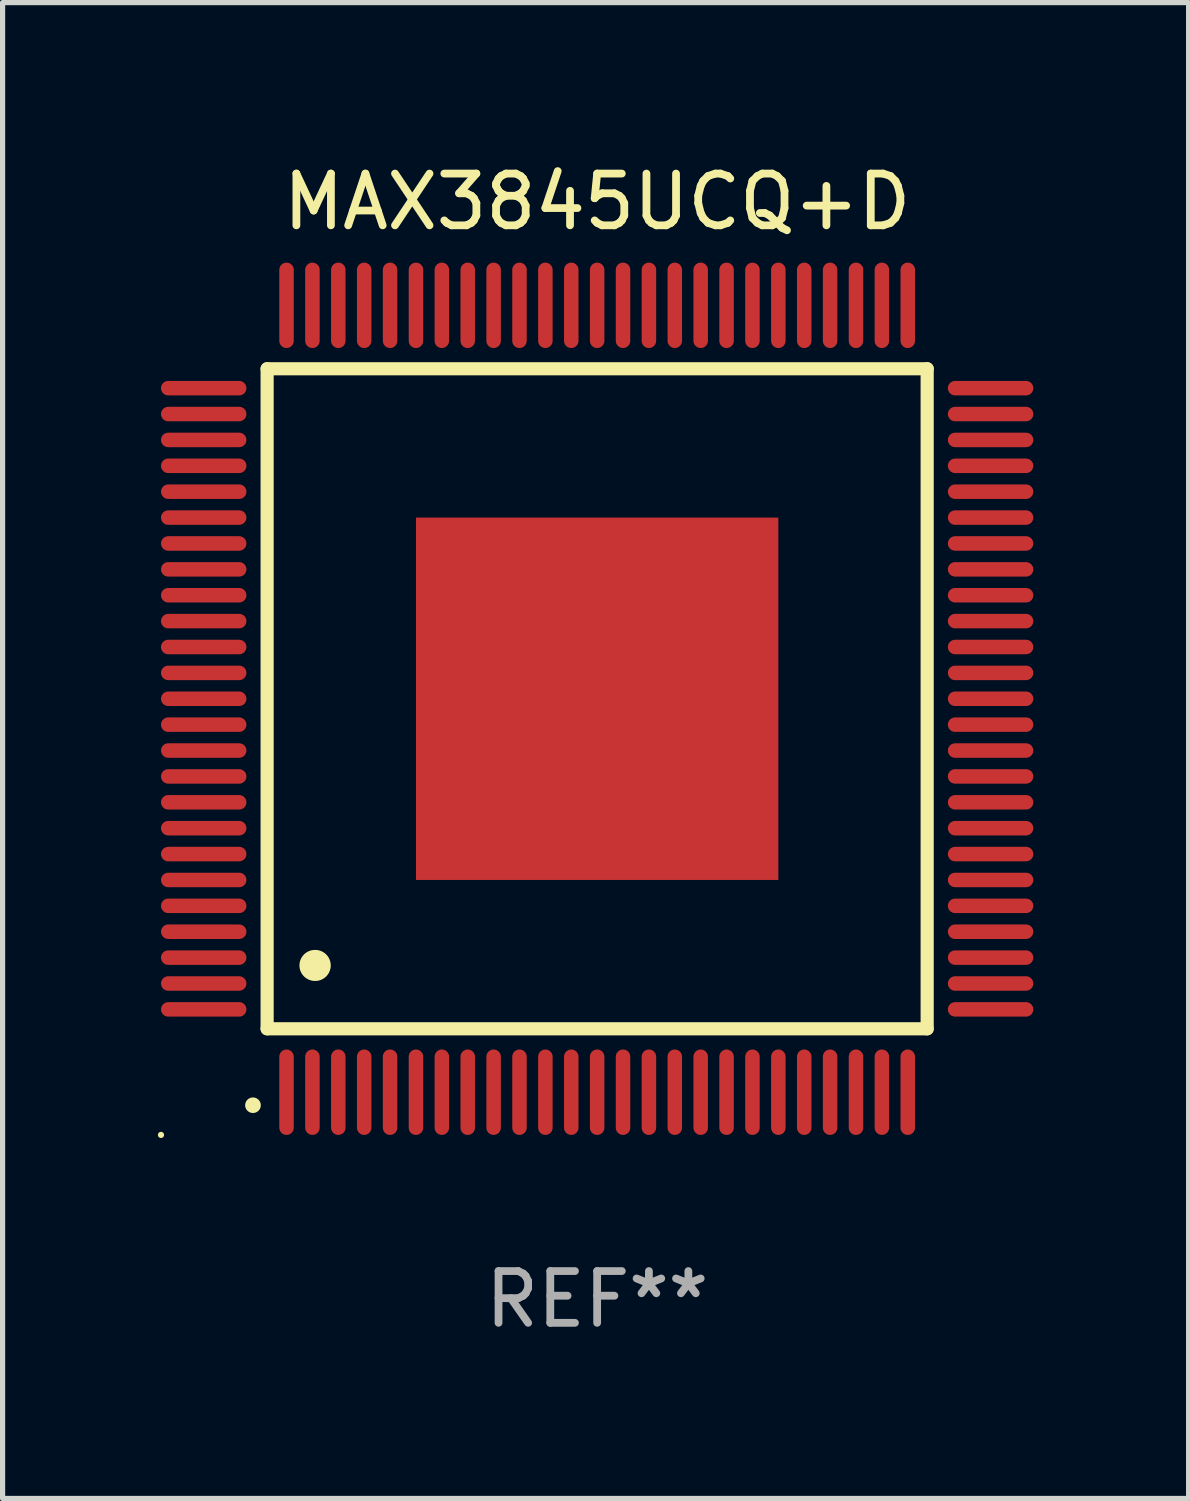
<source format=kicad_pcb>
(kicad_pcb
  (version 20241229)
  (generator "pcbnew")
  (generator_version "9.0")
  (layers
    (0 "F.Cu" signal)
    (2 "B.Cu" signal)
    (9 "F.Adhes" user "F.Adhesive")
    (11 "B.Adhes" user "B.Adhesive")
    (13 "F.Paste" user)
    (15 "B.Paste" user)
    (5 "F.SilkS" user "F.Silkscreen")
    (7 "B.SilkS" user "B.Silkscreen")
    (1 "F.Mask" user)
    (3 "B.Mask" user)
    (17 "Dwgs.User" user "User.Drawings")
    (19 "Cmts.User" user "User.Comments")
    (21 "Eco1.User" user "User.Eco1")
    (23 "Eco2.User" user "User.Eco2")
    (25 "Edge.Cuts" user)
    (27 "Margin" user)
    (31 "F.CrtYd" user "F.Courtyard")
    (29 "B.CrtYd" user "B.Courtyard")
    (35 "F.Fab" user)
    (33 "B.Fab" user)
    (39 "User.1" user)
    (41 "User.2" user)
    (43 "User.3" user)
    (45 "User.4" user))
  (footprint "MAX3845UCQ+D"
    (layer "F.Cu")
    (at 8.485 10.448)
    (property "Reference" "MAX3845UCQ+D" (at 0 -9.6 0) (layer "F.SilkS") (effects (font (size 1 1) (thickness 0.15))))
    (attr through_hole)
    (fp_line (start -6.375 -6.375) (end -6.375 6.375) (stroke (width 0.254) (type solid)) (layer "F.SilkS"))
    (fp_line (start -6.375 6.375) (end 6.375 6.375) (stroke (width 0.254) (type solid)) (layer "F.SilkS"))
    (fp_line (start 6.375 -6.375) (end -6.375 -6.375) (stroke (width 0.254) (type solid)) (layer "F.SilkS"))
    (fp_line (start 6.375 6.375) (end 6.375 -6.375) (stroke (width 0.254) (type solid)) (layer "F.SilkS"))
    (fp_arc (start -6.649733 7.851156) (mid -6.648463 7.851151) (end -6.647193 7.851156) (stroke (width 0.3) (type solid)) (layer "F.SilkS"))
    (fp_arc (start -5.450851 5.15113) (mid -5.448311 5.151119) (end -5.445771 5.15113) (stroke (width 0.6) (type solid)) (layer "F.SilkS"))
    (fp_circle (center -8.425 8.425) (end -8.395 8.425) (stroke (width 0.06) (type solid)) (fill no) (layer "F.SilkS"))
    (fp_text user "REF**" (at 0 11.6 0) (layer "F.Fab") (effects (font (size 1 1) (thickness 0.15))))
    (pad "1" smd oval (at -6 7.6 180) (size 0.28 1.65) (layers "F.Cu" "F.Mask" "F.Paste"))
    (pad "2" smd oval (at -5.5 7.6 180) (size 0.28 1.65) (layers "F.Cu" "F.Mask" "F.Paste"))
    (pad "3" smd oval (at -5 7.6 180) (size 0.28 1.65) (layers "F.Cu" "F.Mask" "F.Paste"))
    (pad "4" smd oval (at -4.5 7.6 180) (size 0.28 1.65) (layers "F.Cu" "F.Mask" "F.Paste"))
    (pad "5" smd oval (at -4 7.6 180) (size 0.28 1.65) (layers "F.Cu" "F.Mask" "F.Paste"))
    (pad "6" smd oval (at -3.5 7.6 180) (size 0.28 1.65) (layers "F.Cu" "F.Mask" "F.Paste"))
    (pad "7" smd oval (at -3 7.6 180) (size 0.28 1.65) (layers "F.Cu" "F.Mask" "F.Paste"))
    (pad "8" smd oval (at -2.5 7.6 180) (size 0.28 1.65) (layers "F.Cu" "F.Mask" "F.Paste"))
    (pad "9" smd oval (at -2 7.6 180) (size 0.28 1.65) (layers "F.Cu" "F.Mask" "F.Paste"))
    (pad "10" smd oval (at -1.5 7.6 180) (size 0.28 1.65) (layers "F.Cu" "F.Mask" "F.Paste"))
    (pad "11" smd oval (at -1 7.6 180) (size 0.28 1.65) (layers "F.Cu" "F.Mask" "F.Paste"))
    (pad "12" smd oval (at -0.5 7.6 180) (size 0.28 1.65) (layers "F.Cu" "F.Mask" "F.Paste"))
    (pad "13" smd oval (at 0 7.6 180) (size 0.28 1.65) (layers "F.Cu" "F.Mask" "F.Paste"))
    (pad "14" smd oval (at 0.5 7.6 180) (size 0.28 1.65) (layers "F.Cu" "F.Mask" "F.Paste"))
    (pad "15" smd oval (at 1 7.6 180) (size 0.28 1.65) (layers "F.Cu" "F.Mask" "F.Paste"))
    (pad "16" smd oval (at 1.5 7.6 180) (size 0.28 1.65) (layers "F.Cu" "F.Mask" "F.Paste"))
    (pad "17" smd oval (at 2 7.6 180) (size 0.28 1.65) (layers "F.Cu" "F.Mask" "F.Paste"))
    (pad "18" smd oval (at 2.5 7.6 180) (size 0.28 1.65) (layers "F.Cu" "F.Mask" "F.Paste"))
    (pad "19" smd oval (at 3 7.6 180) (size 0.28 1.65) (layers "F.Cu" "F.Mask" "F.Paste"))
    (pad "20" smd oval (at 3.5 7.6 180) (size 0.28 1.65) (layers "F.Cu" "F.Mask" "F.Paste"))
    (pad "21" smd oval (at 4 7.6 180) (size 0.28 1.65) (layers "F.Cu" "F.Mask" "F.Paste"))
    (pad "22" smd oval (at 4.5 7.6 180) (size 0.28 1.65) (layers "F.Cu" "F.Mask" "F.Paste"))
    (pad "23" smd oval (at 5 7.6 180) (size 0.28 1.65) (layers "F.Cu" "F.Mask" "F.Paste"))
    (pad "24" smd oval (at 5.5 7.6 180) (size 0.28 1.65) (layers "F.Cu" "F.Mask" "F.Paste"))
    (pad "25" smd oval (at 6 7.6 180) (size 0.28 1.65) (layers "F.Cu" "F.Mask" "F.Paste"))
    (pad "26" smd oval (at 7.6 6 90) (size 0.28 1.65) (layers "F.Cu" "F.Mask" "F.Paste"))
    (pad "27" smd oval (at 7.6 5.5 90) (size 0.28 1.65) (layers "F.Cu" "F.Mask" "F.Paste"))
    (pad "28" smd oval (at 7.6 5 90) (size 0.28 1.65) (layers "F.Cu" "F.Mask" "F.Paste"))
    (pad "29" smd oval (at 7.6 4.5 90) (size 0.28 1.65) (layers "F.Cu" "F.Mask" "F.Paste"))
    (pad "30" smd oval (at 7.6 4 90) (size 0.28 1.65) (layers "F.Cu" "F.Mask" "F.Paste"))
    (pad "31" smd oval (at 7.6 3.5 90) (size 0.28 1.65) (layers "F.Cu" "F.Mask" "F.Paste"))
    (pad "32" smd oval (at 7.6 3 90) (size 0.28 1.65) (layers "F.Cu" "F.Mask" "F.Paste"))
    (pad "33" smd oval (at 7.6 2.5 90) (size 0.28 1.65) (layers "F.Cu" "F.Mask" "F.Paste"))
    (pad "34" smd oval (at 7.6 2 90) (size 0.28 1.65) (layers "F.Cu" "F.Mask" "F.Paste"))
    (pad "35" smd oval (at 7.6 1.5 90) (size 0.28 1.65) (layers "F.Cu" "F.Mask" "F.Paste"))
    (pad "36" smd oval (at 7.6 1 90) (size 0.28 1.65) (layers "F.Cu" "F.Mask" "F.Paste"))
    (pad "37" smd oval (at 7.6 0.5 90) (size 0.28 1.65) (layers "F.Cu" "F.Mask" "F.Paste"))
    (pad "38" smd oval (at 7.6 0 90) (size 0.28 1.65) (layers "F.Cu" "F.Mask" "F.Paste"))
    (pad "39" smd oval (at 7.6 -0.5 90) (size 0.28 1.65) (layers "F.Cu" "F.Mask" "F.Paste"))
    (pad "40" smd oval (at 7.6 -1 90) (size 0.28 1.65) (layers "F.Cu" "F.Mask" "F.Paste"))
    (pad "41" smd oval (at 7.6 -1.5 90) (size 0.28 1.65) (layers "F.Cu" "F.Mask" "F.Paste"))
    (pad "42" smd oval (at 7.6 -2 90) (size 0.28 1.65) (layers "F.Cu" "F.Mask" "F.Paste"))
    (pad "43" smd oval (at 7.6 -2.5 90) (size 0.28 1.65) (layers "F.Cu" "F.Mask" "F.Paste"))
    (pad "44" smd oval (at 7.6 -3 90) (size 0.28 1.65) (layers "F.Cu" "F.Mask" "F.Paste"))
    (pad "45" smd oval (at 7.6 -3.5 90) (size 0.28 1.65) (layers "F.Cu" "F.Mask" "F.Paste"))
    (pad "46" smd oval (at 7.6 -4 90) (size 0.28 1.65) (layers "F.Cu" "F.Mask" "F.Paste"))
    (pad "47" smd oval (at 7.6 -4.5 90) (size 0.28 1.65) (layers "F.Cu" "F.Mask" "F.Paste"))
    (pad "48" smd oval (at 7.6 -5 90) (size 0.28 1.65) (layers "F.Cu" "F.Mask" "F.Paste"))
    (pad "49" smd oval (at 7.6 -5.5 90) (size 0.28 1.65) (layers "F.Cu" "F.Mask" "F.Paste"))
    (pad "50" smd oval (at 7.6 -6 90) (size 0.28 1.65) (layers "F.Cu" "F.Mask" "F.Paste"))
    (pad "51" smd oval (at 6 -7.6 180) (size 0.28 1.65) (layers "F.Cu" "F.Mask" "F.Paste"))
    (pad "52" smd oval (at 5.5 -7.6 180) (size 0.28 1.65) (layers "F.Cu" "F.Mask" "F.Paste"))
    (pad "53" smd oval (at 5 -7.6 180) (size 0.28 1.65) (layers "F.Cu" "F.Mask" "F.Paste"))
    (pad "54" smd oval (at 4.5 -7.6 180) (size 0.28 1.65) (layers "F.Cu" "F.Mask" "F.Paste"))
    (pad "55" smd oval (at 4 -7.6 180) (size 0.28 1.65) (layers "F.Cu" "F.Mask" "F.Paste"))
    (pad "56" smd oval (at 3.5 -7.6 180) (size 0.28 1.65) (layers "F.Cu" "F.Mask" "F.Paste"))
    (pad "57" smd oval (at 3 -7.6 180) (size 0.28 1.65) (layers "F.Cu" "F.Mask" "F.Paste"))
    (pad "58" smd oval (at 2.5 -7.6 180) (size 0.28 1.65) (layers "F.Cu" "F.Mask" "F.Paste"))
    (pad "59" smd oval (at 2 -7.6 180) (size 0.28 1.65) (layers "F.Cu" "F.Mask" "F.Paste"))
    (pad "60" smd oval (at 1.5 -7.6 180) (size 0.28 1.65) (layers "F.Cu" "F.Mask" "F.Paste"))
    (pad "61" smd oval (at 1 -7.6 180) (size 0.28 1.65) (layers "F.Cu" "F.Mask" "F.Paste"))
    (pad "62" smd oval (at 0.5 -7.6 180) (size 0.28 1.65) (layers "F.Cu" "F.Mask" "F.Paste"))
    (pad "63" smd oval (at 0 -7.6 180) (size 0.28 1.65) (layers "F.Cu" "F.Mask" "F.Paste"))
    (pad "64" smd oval (at -0.5 -7.6 180) (size 0.28 1.65) (layers "F.Cu" "F.Mask" "F.Paste"))
    (pad "65" smd oval (at -1 -7.6 180) (size 0.28 1.65) (layers "F.Cu" "F.Mask" "F.Paste"))
    (pad "66" smd oval (at -1.5 -7.6 180) (size 0.28 1.65) (layers "F.Cu" "F.Mask" "F.Paste"))
    (pad "67" smd oval (at -2 -7.6 180) (size 0.28 1.65) (layers "F.Cu" "F.Mask" "F.Paste"))
    (pad "68" smd oval (at -2.5 -7.6 180) (size 0.28 1.65) (layers "F.Cu" "F.Mask" "F.Paste"))
    (pad "69" smd oval (at -3 -7.6 180) (size 0.28 1.65) (layers "F.Cu" "F.Mask" "F.Paste"))
    (pad "70" smd oval (at -3.5 -7.6 180) (size 0.28 1.65) (layers "F.Cu" "F.Mask" "F.Paste"))
    (pad "71" smd oval (at -4 -7.6 180) (size 0.28 1.65) (layers "F.Cu" "F.Mask" "F.Paste"))
    (pad "72" smd oval (at -4.5 -7.6 180) (size 0.28 1.65) (layers "F.Cu" "F.Mask" "F.Paste"))
    (pad "73" smd oval (at -5 -7.6 180) (size 0.28 1.65) (layers "F.Cu" "F.Mask" "F.Paste"))
    (pad "74" smd oval (at -5.5 -7.6 180) (size 0.28 1.65) (layers "F.Cu" "F.Mask" "F.Paste"))
    (pad "75" smd oval (at -6 -7.6 180) (size 0.28 1.65) (layers "F.Cu" "F.Mask" "F.Paste"))
    (pad "76" smd oval (at -7.6 -6 90) (size 0.28 1.65) (layers "F.Cu" "F.Mask" "F.Paste"))
    (pad "77" smd oval (at -7.6 -5.5 90) (size 0.28 1.65) (layers "F.Cu" "F.Mask" "F.Paste"))
    (pad "78" smd oval (at -7.6 -5 90) (size 0.28 1.65) (layers "F.Cu" "F.Mask" "F.Paste"))
    (pad "79" smd oval (at -7.6 -4.5 90) (size 0.28 1.65) (layers "F.Cu" "F.Mask" "F.Paste"))
    (pad "80" smd oval (at -7.6 -4 90) (size 0.28 1.65) (layers "F.Cu" "F.Mask" "F.Paste"))
    (pad "81" smd oval (at -7.6 -3.5 90) (size 0.28 1.65) (layers "F.Cu" "F.Mask" "F.Paste"))
    (pad "82" smd oval (at -7.6 -3 90) (size 0.28 1.65) (layers "F.Cu" "F.Mask" "F.Paste"))
    (pad "83" smd oval (at -7.6 -2.5 90) (size 0.28 1.65) (layers "F.Cu" "F.Mask" "F.Paste"))
    (pad "84" smd oval (at -7.6 -2 90) (size 0.28 1.65) (layers "F.Cu" "F.Mask" "F.Paste"))
    (pad "85" smd oval (at -7.6 -1.5 90) (size 0.28 1.65) (layers "F.Cu" "F.Mask" "F.Paste"))
    (pad "86" smd oval (at -7.6 -1 90) (size 0.28 1.65) (layers "F.Cu" "F.Mask" "F.Paste"))
    (pad "87" smd oval (at -7.6 -0.5 90) (size 0.28 1.65) (layers "F.Cu" "F.Mask" "F.Paste"))
    (pad "88" smd oval (at -7.6 0 90) (size 0.28 1.65) (layers "F.Cu" "F.Mask" "F.Paste"))
    (pad "89" smd oval (at -7.6 0.5 90) (size 0.28 1.65) (layers "F.Cu" "F.Mask" "F.Paste"))
    (pad "90" smd oval (at -7.6 1 90) (size 0.28 1.65) (layers "F.Cu" "F.Mask" "F.Paste"))
    (pad "91" smd oval (at -7.6 1.5 90) (size 0.28 1.65) (layers "F.Cu" "F.Mask" "F.Paste"))
    (pad "92" smd oval (at -7.6 2 90) (size 0.28 1.65) (layers "F.Cu" "F.Mask" "F.Paste"))
    (pad "93" smd oval (at -7.6 2.5 90) (size 0.28 1.65) (layers "F.Cu" "F.Mask" "F.Paste"))
    (pad "94" smd oval (at -7.6 3 90) (size 0.28 1.65) (layers "F.Cu" "F.Mask" "F.Paste"))
    (pad "95" smd oval (at -7.6 3.5 90) (size 0.28 1.65) (layers "F.Cu" "F.Mask" "F.Paste"))
    (pad "96" smd oval (at -7.6 4 90) (size 0.28 1.65) (layers "F.Cu" "F.Mask" "F.Paste"))
    (pad "97" smd oval (at -7.6 4.5 90) (size 0.28 1.65) (layers "F.Cu" "F.Mask" "F.Paste"))
    (pad "98" smd oval (at -7.6 5 90) (size 0.28 1.65) (layers "F.Cu" "F.Mask" "F.Paste"))
    (pad "99" smd oval (at -7.6 5.5 90) (size 0.28 1.65) (layers "F.Cu" "F.Mask" "F.Paste"))
    (pad "100" smd oval (at -7.6 6 90) (size 0.28 1.65) (layers "F.Cu" "F.Mask" "F.Paste"))
    (pad "101" smd rect (at 0 0) (size 7 7) (layers "F.Cu" "F.Mask" "F.Paste")))
  (gr_rect
    (start -3 -3)
    (end 19.91 25.896)
    (stroke (width 0.1) (type default))
    (fill no)
    (layer "Edge.Cuts")))
</source>
